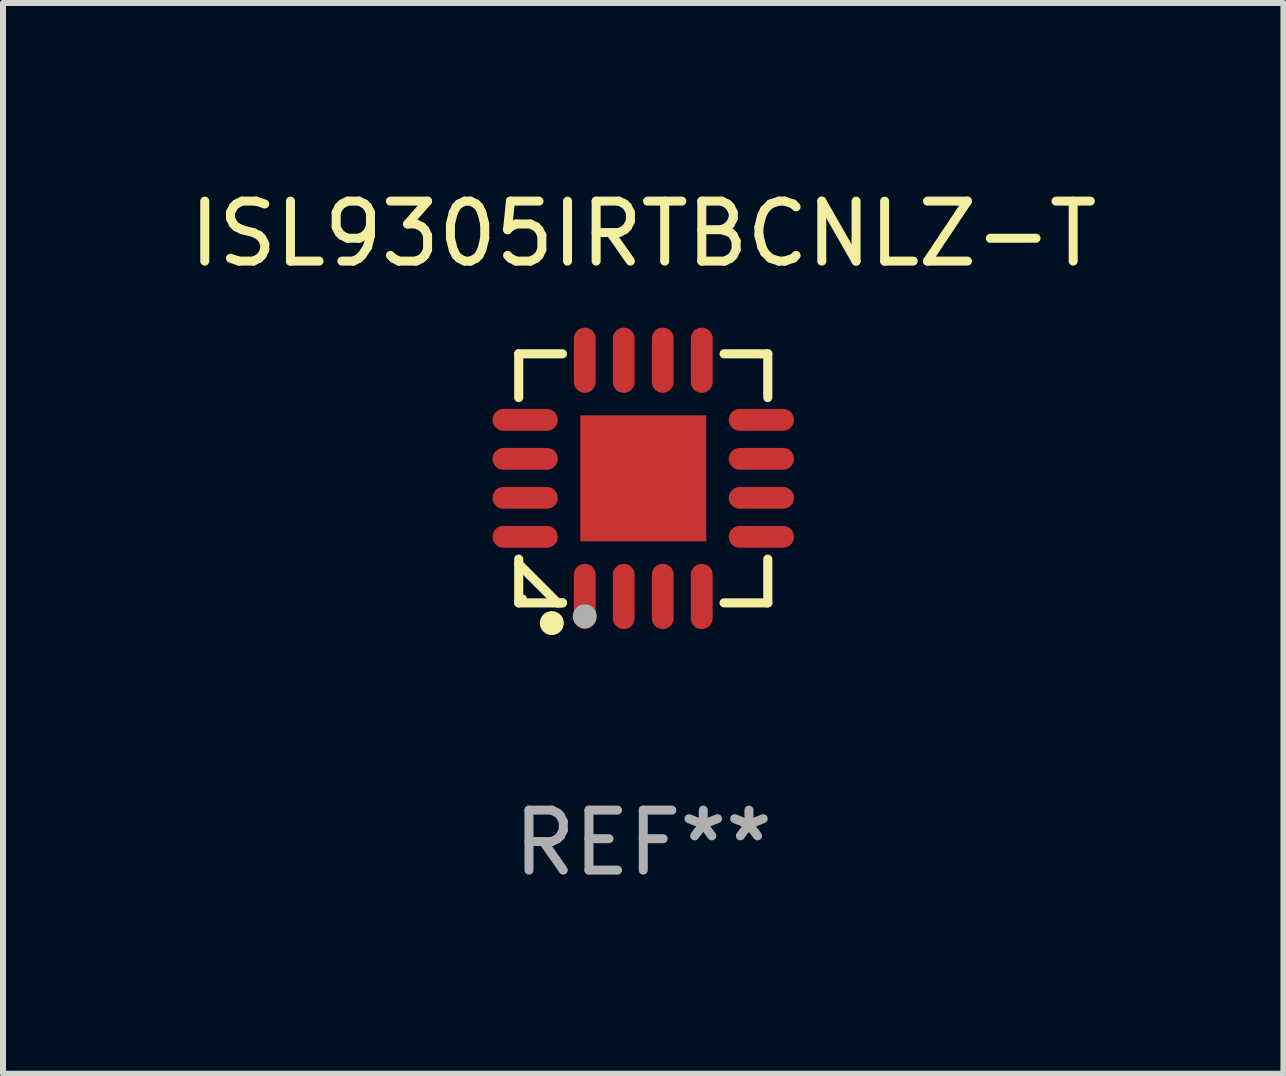
<source format=kicad_pcb>
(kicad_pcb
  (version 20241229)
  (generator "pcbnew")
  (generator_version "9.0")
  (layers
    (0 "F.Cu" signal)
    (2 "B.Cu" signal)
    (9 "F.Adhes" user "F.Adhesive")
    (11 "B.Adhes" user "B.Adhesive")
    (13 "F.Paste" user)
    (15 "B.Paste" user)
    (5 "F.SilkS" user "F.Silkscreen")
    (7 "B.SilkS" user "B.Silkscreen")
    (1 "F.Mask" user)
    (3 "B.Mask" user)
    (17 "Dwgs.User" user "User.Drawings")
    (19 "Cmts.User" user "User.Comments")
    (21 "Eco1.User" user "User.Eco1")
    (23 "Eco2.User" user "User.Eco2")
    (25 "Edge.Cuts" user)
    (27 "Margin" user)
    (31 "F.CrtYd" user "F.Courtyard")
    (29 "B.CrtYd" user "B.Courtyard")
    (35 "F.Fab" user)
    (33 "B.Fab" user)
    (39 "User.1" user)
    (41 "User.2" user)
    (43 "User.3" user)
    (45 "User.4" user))
  (footprint "ISL9305IRTBCNLZ-T"
    (layer "F.Cu")
    (at 7.673 4.924)
    (property "Reference" "ISL9305IRTBCNLZ-T" (at 0 -4.076 0) (layer "F.SilkS") (effects (font (size 1 1) (thickness 0.15))))
    (attr through_hole)
    (fp_line (start -2.076 -2.076) (end -1.347 -2.076) (stroke (width 0.152) (type solid)) (layer "F.SilkS"))
    (fp_line (start -2.076 -1.347) (end -2.076 -2.076) (stroke (width 0.152) (type solid)) (layer "F.SilkS"))
    (fp_line (start -2.076 1.347) (end -2.076 2.076) (stroke (width 0.152) (type solid)) (layer "F.SilkS"))
    (fp_line (start -2.076 2.076) (end -1.347 2.076) (stroke (width 0.152) (type solid)) (layer "F.SilkS"))
    (fp_line (start -1.429 2.076) (end -2.076 1.429) (stroke (width 0.152) (type solid)) (layer "F.SilkS"))
    (fp_line (start -1.347 2.076) (end -1.429 2.076) (stroke (width 0.152) (type solid)) (layer "F.SilkS"))
    (fp_line (start 2.076 -2.076) (end 1.347 -2.076) (stroke (width 0.152) (type solid)) (layer "F.SilkS"))
    (fp_line (start 2.076 -1.347) (end 2.076 -2.076) (stroke (width 0.152) (type solid)) (layer "F.SilkS"))
    (fp_line (start 2.076 1.347) (end 2.076 2.076) (stroke (width 0.152) (type solid)) (layer "F.SilkS"))
    (fp_line (start 2.076 2.076) (end 1.347 2.076) (stroke (width 0.152) (type solid)) (layer "F.SilkS"))
    (fp_circle (center -2 2) (end -1.97 2) (stroke (width 0.06) (type solid)) (fill no) (layer "F.SilkS"))
    (fp_circle (center -1.524 2.413) (end -1.424 2.413) (stroke (width 0.2) (type solid)) (fill no) (layer "F.SilkS"))
    (fp_circle (center -0.975 2.3) (end -0.875 2.3) (stroke (width 0.2) (type solid)) (fill no) (layer "F.Fab"))
    (fp_text user "REF**" (at 0 6.076 0) (layer "F.Fab") (effects (font (size 1 1) (thickness 0.15))))
    (pad "1" smd oval (at -0.975 1.969) (size 0.364 1.087) (layers "F.Cu" "F.Mask" "F.Paste"))
    (pad "2" smd oval (at -0.325 1.969) (size 0.364 1.087) (layers "F.Cu" "F.Mask" "F.Paste"))
    (pad "3" smd oval (at 0.325 1.969) (size 0.364 1.087) (layers "F.Cu" "F.Mask" "F.Paste"))
    (pad "4" smd oval (at 0.975 1.969) (size 0.364 1.087) (layers "F.Cu" "F.Mask" "F.Paste"))
    (pad "5" smd oval (at 1.969 0.975) (size 1.087 0.364) (layers "F.Cu" "F.Mask" "F.Paste"))
    (pad "6" smd oval (at 1.969 0.325) (size 1.087 0.364) (layers "F.Cu" "F.Mask" "F.Paste"))
    (pad "7" smd oval (at 1.969 -0.325) (size 1.087 0.364) (layers "F.Cu" "F.Mask" "F.Paste"))
    (pad "8" smd oval (at 1.969 -0.975) (size 1.087 0.364) (layers "F.Cu" "F.Mask" "F.Paste"))
    (pad "9" smd oval (at 0.975 -1.969) (size 0.364 1.087) (layers "F.Cu" "F.Mask" "F.Paste"))
    (pad "10" smd oval (at 0.325 -1.969) (size 0.364 1.087) (layers "F.Cu" "F.Mask" "F.Paste"))
    (pad "11" smd oval (at -0.325 -1.969) (size 0.364 1.087) (layers "F.Cu" "F.Mask" "F.Paste"))
    (pad "12" smd oval (at -0.975 -1.969) (size 0.364 1.087) (layers "F.Cu" "F.Mask" "F.Paste"))
    (pad "13" smd oval (at -1.969 -0.975) (size 1.087 0.364) (layers "F.Cu" "F.Mask" "F.Paste"))
    (pad "14" smd oval (at -1.969 -0.325) (size 1.087 0.364) (layers "F.Cu" "F.Mask" "F.Paste"))
    (pad "15" smd oval (at -1.969 0.325) (size 1.087 0.364) (layers "F.Cu" "F.Mask" "F.Paste"))
    (pad "16" smd oval (at -1.969 0.975) (size 1.087 0.364) (layers "F.Cu" "F.Mask" "F.Paste"))
    (pad "17" smd rect (at 0 0) (size 2.1 2.1) (layers "F.Cu" "F.Mask" "F.Paste")))
  (gr_rect
    (start -3 -3)
    (end 18.345 14.849)
    (stroke (width 0.1) (type default))
    (fill no)
    (layer "Edge.Cuts")))
</source>
